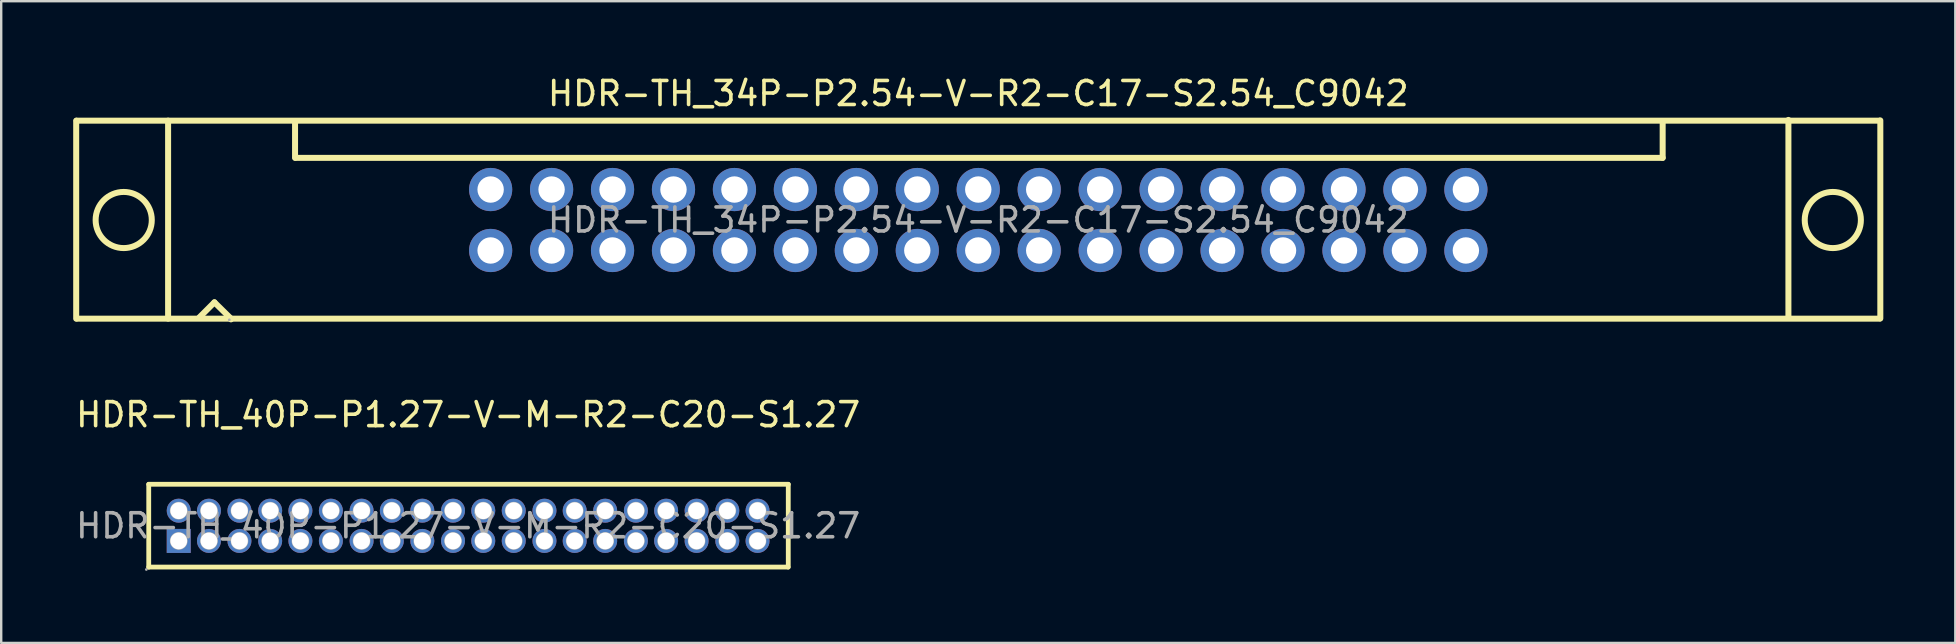
<source format=kicad_pcb>
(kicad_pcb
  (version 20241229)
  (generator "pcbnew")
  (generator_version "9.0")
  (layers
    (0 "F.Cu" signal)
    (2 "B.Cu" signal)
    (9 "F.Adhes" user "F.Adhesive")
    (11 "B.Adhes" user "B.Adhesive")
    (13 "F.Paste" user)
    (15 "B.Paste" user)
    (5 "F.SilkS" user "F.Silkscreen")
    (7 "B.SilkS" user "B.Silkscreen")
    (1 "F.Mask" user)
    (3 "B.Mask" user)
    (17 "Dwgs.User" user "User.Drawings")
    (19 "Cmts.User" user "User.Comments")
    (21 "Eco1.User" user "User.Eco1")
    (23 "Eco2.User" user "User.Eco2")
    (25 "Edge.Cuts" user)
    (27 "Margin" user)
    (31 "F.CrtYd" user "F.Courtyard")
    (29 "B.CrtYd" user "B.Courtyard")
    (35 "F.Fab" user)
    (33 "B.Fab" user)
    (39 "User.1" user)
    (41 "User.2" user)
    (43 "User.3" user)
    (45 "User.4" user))
  (footprint "HDR-TH_34P-P2.54-V-R2-C17-S2.54_C9042"
    (layer "F.Cu")
    (at 37.715 6.118)
    (property "Reference" "HDR-TH_34P-P2.54-V-R2-C17-S2.54_C9042" (at 0 -5.27 0) (layer "F.SilkS") (effects (font (size 1 1) (thickness 0.15))))
    (attr through_hole)
    (fp_line (start -37.59 -4.14) (end -37.59 4.11) (stroke (width 0.25) (type solid)) (layer "F.SilkS"))
    (fp_line (start -37.57 -4.14) (end 37.56 -4.14) (stroke (width 0.25) (type solid)) (layer "F.SilkS"))
    (fp_line (start -37.56 4.11) (end 37.57 4.11) (stroke (width 0.25) (type solid)) (layer "F.SilkS"))
    (fp_line (start -33.76 -4.14) (end -33.76 4.11) (stroke (width 0.25) (type solid)) (layer "F.SilkS"))
    (fp_line (start -32.46 4.06) (end -31.83 3.43) (stroke (width 0.25) (type solid)) (layer "F.SilkS"))
    (fp_line (start -31.83 3.43) (end -31.14 4.11) (stroke (width 0.25) (type solid)) (layer "F.SilkS"))
    (fp_line (start -31.14 4.11) (end -31.14 4.14) (stroke (width 0.25) (type solid)) (layer "F.SilkS"))
    (fp_line (start -28.47 -2.59) (end -28.47 -4.09) (stroke (width 0.25) (type solid)) (layer "F.SilkS"))
    (fp_line (start -28.45 -2.59) (end 28.52 -2.59) (stroke (width 0.25) (type solid)) (layer "F.SilkS"))
    (fp_line (start 28.52 -2.59) (end 28.52 -4.09) (stroke (width 0.25) (type solid)) (layer "F.SilkS"))
    (fp_line (start 33.76 -4.17) (end 33.76 4.08) (stroke (width 0.25) (type solid)) (layer "F.SilkS"))
    (fp_line (start 37.59 -4.15) (end 37.59 4.1) (stroke (width 0.25) (type solid)) (layer "F.SilkS"))
    (fp_circle (center -35.61 0) (end -34.44 0) (stroke (width 0.25) (type solid)) (fill no) (layer "F.SilkS"))
    (fp_circle (center 35.61 0) (end 36.78 0) (stroke (width 0.25) (type solid)) (fill no) (layer "F.SilkS"))
    (fp_circle (center -31.21 4.16) (end -31.18 4.16) (stroke (width 0.06) (type solid)) (fill no) (layer "F.Fab"))
    (fp_text user "${REFERENCE}" (at 0 0 0) (layer "F.Fab") (effects (font (size 1 1) (thickness 0.15))))
    (pad "1" thru_hole circle (at -20.32 1.27) (size 1.8 1.8) (drill 1.1) (layers "*.Cu" "*.Paste" "*.Mask"))
    (pad "2" thru_hole circle (at -20.32 -1.27) (size 1.8 1.8) (drill 1.1) (layers "*.Cu" "*.Paste" "*.Mask"))
    (pad "3" thru_hole circle (at -17.78 1.27) (size 1.8 1.8) (drill 1.1) (layers "*.Cu" "*.Paste" "*.Mask"))
    (pad "4" thru_hole circle (at -17.78 -1.27) (size 1.8 1.8) (drill 1.1) (layers "*.Cu" "*.Paste" "*.Mask"))
    (pad "5" thru_hole circle (at -15.24 1.27) (size 1.8 1.8) (drill 1.1) (layers "*.Cu" "*.Paste" "*.Mask"))
    (pad "6" thru_hole circle (at -15.24 -1.27) (size 1.8 1.8) (drill 1.1) (layers "*.Cu" "*.Paste" "*.Mask"))
    (pad "7" thru_hole circle (at -12.7 1.27) (size 1.8 1.8) (drill 1.1) (layers "*.Cu" "*.Paste" "*.Mask"))
    (pad "8" thru_hole circle (at -12.7 -1.27) (size 1.8 1.8) (drill 1.1) (layers "*.Cu" "*.Paste" "*.Mask"))
    (pad "9" thru_hole circle (at -10.16 1.27) (size 1.8 1.8) (drill 1.1) (layers "*.Cu" "*.Paste" "*.Mask"))
    (pad "10" thru_hole circle (at -10.16 -1.27) (size 1.8 1.8) (drill 1.1) (layers "*.Cu" "*.Paste" "*.Mask"))
    (pad "11" thru_hole circle (at -7.62 1.27) (size 1.8 1.8) (drill 1.1) (layers "*.Cu" "*.Paste" "*.Mask"))
    (pad "12" thru_hole circle (at -7.62 -1.27) (size 1.8 1.8) (drill 1.1) (layers "*.Cu" "*.Paste" "*.Mask"))
    (pad "13" thru_hole circle (at -5.08 1.27) (size 1.8 1.8) (drill 1.1) (layers "*.Cu" "*.Paste" "*.Mask"))
    (pad "14" thru_hole circle (at -5.08 -1.27) (size 1.8 1.8) (drill 1.1) (layers "*.Cu" "*.Paste" "*.Mask"))
    (pad "15" thru_hole circle (at -2.54 1.27) (size 1.8 1.8) (drill 1.1) (layers "*.Cu" "*.Paste" "*.Mask"))
    (pad "16" thru_hole circle (at -2.54 -1.27) (size 1.8 1.8) (drill 1.1) (layers "*.Cu" "*.Paste" "*.Mask"))
    (pad "17" thru_hole circle (at 0 1.27) (size 1.8 1.8) (drill 1.1) (layers "*.Cu" "*.Paste" "*.Mask"))
    (pad "18" thru_hole circle (at 0 -1.27) (size 1.8 1.8) (drill 1.1) (layers "*.Cu" "*.Paste" "*.Mask"))
    (pad "19" thru_hole circle (at 2.54 1.27) (size 1.8 1.8) (drill 1.1) (layers "*.Cu" "*.Paste" "*.Mask"))
    (pad "20" thru_hole circle (at 2.54 -1.27) (size 1.8 1.8) (drill 1.1) (layers "*.Cu" "*.Paste" "*.Mask"))
    (pad "21" thru_hole circle (at 5.08 1.27) (size 1.8 1.8) (drill 1.1) (layers "*.Cu" "*.Paste" "*.Mask"))
    (pad "22" thru_hole circle (at 5.08 -1.27) (size 1.8 1.8) (drill 1.1) (layers "*.Cu" "*.Paste" "*.Mask"))
    (pad "23" thru_hole circle (at 7.62 1.27) (size 1.8 1.8) (drill 1.1) (layers "*.Cu" "*.Paste" "*.Mask"))
    (pad "24" thru_hole circle (at 7.62 -1.27) (size 1.8 1.8) (drill 1.1) (layers "*.Cu" "*.Paste" "*.Mask"))
    (pad "25" thru_hole circle (at 10.16 1.27) (size 1.8 1.8) (drill 1.1) (layers "*.Cu" "*.Paste" "*.Mask"))
    (pad "26" thru_hole circle (at 10.16 -1.27) (size 1.8 1.8) (drill 1.1) (layers "*.Cu" "*.Paste" "*.Mask"))
    (pad "27" thru_hole circle (at 12.7 1.27) (size 1.8 1.8) (drill 1.1) (layers "*.Cu" "*.Paste" "*.Mask"))
    (pad "28" thru_hole circle (at 12.7 -1.27) (size 1.8 1.8) (drill 1.1) (layers "*.Cu" "*.Paste" "*.Mask"))
    (pad "29" thru_hole circle (at 15.24 1.27) (size 1.8 1.8) (drill 1.1) (layers "*.Cu" "*.Paste" "*.Mask"))
    (pad "30" thru_hole circle (at 15.24 -1.27) (size 1.8 1.8) (drill 1.1) (layers "*.Cu" "*.Paste" "*.Mask"))
    (pad "31" thru_hole circle (at 17.78 1.27) (size 1.8 1.8) (drill 1.1) (layers "*.Cu" "*.Paste" "*.Mask"))
    (pad "32" thru_hole circle (at 17.78 -1.27) (size 1.8 1.8) (drill 1.1) (layers "*.Cu" "*.Paste" "*.Mask"))
    (pad "33" thru_hole circle (at 20.32 1.27) (size 1.8 1.8) (drill 1.1) (layers "*.Cu" "*.Paste" "*.Mask"))
    (pad "34" thru_hole circle (at 20.32 -1.27) (size 1.8 1.8) (drill 1.1) (layers "*.Cu" "*.Paste" "*.Mask")))
  (footprint "HDR-TH_40P-P1.27-V-M-R2-C20-S1.27"
    (layer "F.Cu")
    (at 16.458 18.861)
    (property "Reference" "HDR-TH_40P-P1.27-V-M-R2-C20-S1.27" (at 0 -4.63 0) (layer "F.SilkS") (effects (font (size 1 1) (thickness 0.15))))
    (attr through_hole)
    (fp_line (start -13.31 -1.73) (end -13.31 1.72) (stroke (width 0.2) (type solid)) (layer "F.SilkS"))
    (fp_line (start -13.31 1.72) (end 13.33 1.72) (stroke (width 0.2) (type solid)) (layer "F.SilkS"))
    (fp_line (start 13.34 -1.73) (end -13.31 -1.73) (stroke (width 0.2) (type solid)) (layer "F.SilkS"))
    (fp_line (start 13.34 1.72) (end 13.34 -1.73) (stroke (width 0.2) (type solid)) (layer "F.SilkS"))
    (fp_circle (center -13.41 1.82) (end -13.38 1.82) (stroke (width 0.06) (type solid)) (fill no) (layer "F.Fab"))
    (fp_circle (center -12.06 -0.63) (end -11.94 -0.63) (stroke (width 0.25) (type solid)) (fill no) (layer "F.Fab"))
    (fp_circle (center -12.06 0.63) (end -11.94 0.63) (stroke (width 0.25) (type solid)) (fill no) (layer "F.Fab"))
    (fp_circle (center -10.8 -0.63) (end -10.68 -0.63) (stroke (width 0.25) (type solid)) (fill no) (layer "F.Fab"))
    (fp_circle (center -10.8 0.63) (end -10.68 0.63) (stroke (width 0.25) (type solid)) (fill no) (layer "F.Fab"))
    (fp_circle (center -9.53 -0.63) (end -9.41 -0.63) (stroke (width 0.25) (type solid)) (fill no) (layer "F.Fab"))
    (fp_circle (center -9.53 0.63) (end -9.41 0.63) (stroke (width 0.25) (type solid)) (fill no) (layer "F.Fab"))
    (fp_circle (center -8.25 -0.63) (end -8.13 -0.63) (stroke (width 0.25) (type solid)) (fill no) (layer "F.Fab"))
    (fp_circle (center -8.25 0.63) (end -8.13 0.63) (stroke (width 0.25) (type solid)) (fill no) (layer "F.Fab"))
    (fp_circle (center -6.99 -0.63) (end -6.87 -0.63) (stroke (width 0.25) (type solid)) (fill no) (layer "F.Fab"))
    (fp_circle (center -6.99 0.63) (end -6.87 0.63) (stroke (width 0.25) (type solid)) (fill no) (layer "F.Fab"))
    (fp_circle (center -5.72 -0.63) (end -5.6 -0.63) (stroke (width 0.25) (type solid)) (fill no) (layer "F.Fab"))
    (fp_circle (center -5.72 0.63) (end -5.6 0.63) (stroke (width 0.25) (type solid)) (fill no) (layer "F.Fab"))
    (fp_circle (center -4.44 -0.63) (end -4.32 -0.63) (stroke (width 0.25) (type solid)) (fill no) (layer "F.Fab"))
    (fp_circle (center -4.44 0.63) (end -4.32 0.63) (stroke (width 0.25) (type solid)) (fill no) (layer "F.Fab"))
    (fp_circle (center -3.18 -0.63) (end -3.06 -0.63) (stroke (width 0.25) (type solid)) (fill no) (layer "F.Fab"))
    (fp_circle (center -3.18 0.63) (end -3.06 0.63) (stroke (width 0.25) (type solid)) (fill no) (layer "F.Fab"))
    (fp_circle (center -1.91 -0.63) (end -1.79 -0.63) (stroke (width 0.25) (type solid)) (fill no) (layer "F.Fab"))
    (fp_circle (center -1.91 0.63) (end -1.79 0.63) (stroke (width 0.25) (type solid)) (fill no) (layer "F.Fab"))
    (fp_circle (center -0.63 -0.63) (end -0.51 -0.63) (stroke (width 0.25) (type solid)) (fill no) (layer "F.Fab"))
    (fp_circle (center -0.63 0.63) (end -0.51 0.63) (stroke (width 0.25) (type solid)) (fill no) (layer "F.Fab"))
    (fp_circle (center 0.63 -0.63) (end 0.75 -0.63) (stroke (width 0.25) (type solid)) (fill no) (layer "F.Fab"))
    (fp_circle (center 0.63 0.63) (end 0.75 0.63) (stroke (width 0.25) (type solid)) (fill no) (layer "F.Fab"))
    (fp_circle (center 1.9 -0.63) (end 2.02 -0.63) (stroke (width 0.25) (type solid)) (fill no) (layer "F.Fab"))
    (fp_circle (center 1.9 0.63) (end 2.02 0.63) (stroke (width 0.25) (type solid)) (fill no) (layer "F.Fab"))
    (fp_circle (center 3.18 -0.63) (end 3.3 -0.63) (stroke (width 0.25) (type solid)) (fill no) (layer "F.Fab"))
    (fp_circle (center 3.18 0.63) (end 3.3 0.63) (stroke (width 0.25) (type solid)) (fill no) (layer "F.Fab"))
    (fp_circle (center 4.44 -0.63) (end 4.56 -0.63) (stroke (width 0.25) (type solid)) (fill no) (layer "F.Fab"))
    (fp_circle (center 4.44 0.63) (end 4.56 0.63) (stroke (width 0.25) (type solid)) (fill no) (layer "F.Fab"))
    (fp_circle (center 5.71 -0.63) (end 5.83 -0.63) (stroke (width 0.25) (type solid)) (fill no) (layer "F.Fab"))
    (fp_circle (center 5.71 0.63) (end 5.83 0.63) (stroke (width 0.25) (type solid)) (fill no) (layer "F.Fab"))
    (fp_circle (center 6.99 -0.63) (end 7.11 -0.63) (stroke (width 0.25) (type solid)) (fill no) (layer "F.Fab"))
    (fp_circle (center 6.99 0.63) (end 7.11 0.63) (stroke (width 0.25) (type solid)) (fill no) (layer "F.Fab"))
    (fp_circle (center 8.25 -0.63) (end 8.37 -0.63) (stroke (width 0.25) (type solid)) (fill no) (layer "F.Fab"))
    (fp_circle (center 8.25 0.63) (end 8.37 0.63) (stroke (width 0.25) (type solid)) (fill no) (layer "F.Fab"))
    (fp_circle (center 9.52 -0.63) (end 9.64 -0.63) (stroke (width 0.25) (type solid)) (fill no) (layer "F.Fab"))
    (fp_circle (center 9.52 0.63) (end 9.64 0.63) (stroke (width 0.25) (type solid)) (fill no) (layer "F.Fab"))
    (fp_circle (center 10.8 -0.63) (end 10.92 -0.63) (stroke (width 0.25) (type solid)) (fill no) (layer "F.Fab"))
    (fp_circle (center 10.8 0.63) (end 10.92 0.63) (stroke (width 0.25) (type solid)) (fill no) (layer "F.Fab"))
    (fp_circle (center 12.06 -0.63) (end 12.18 -0.63) (stroke (width 0.25) (type solid)) (fill no) (layer "F.Fab"))
    (fp_circle (center 12.06 0.63) (end 12.18 0.63) (stroke (width 0.25) (type solid)) (fill no) (layer "F.Fab"))
    (fp_text user "${REFERENCE}" (at 0 0 0) (layer "F.Fab") (effects (font (size 1 1) (thickness 0.15))))
    (pad "1" thru_hole rect (at -12.06 0.63) (size 1 1) (drill 0.7) (layers "*.Cu" "*.Paste" "*.Mask"))
    (pad "2" thru_hole circle (at -12.06 -0.63) (size 1 1) (drill 0.7) (layers "*.Cu" "*.Paste" "*.Mask"))
    (pad "3" thru_hole circle (at -10.8 0.63) (size 1 1) (drill 0.7) (layers "*.Cu" "*.Paste" "*.Mask"))
    (pad "4" thru_hole circle (at -10.8 -0.63) (size 1 1) (drill 0.7) (layers "*.Cu" "*.Paste" "*.Mask"))
    (pad "5" thru_hole circle (at -9.53 0.63) (size 1 1) (drill 0.7) (layers "*.Cu" "*.Paste" "*.Mask"))
    (pad "6" thru_hole circle (at -9.53 -0.63) (size 1 1) (drill 0.7) (layers "*.Cu" "*.Paste" "*.Mask"))
    (pad "7" thru_hole circle (at -8.25 0.63) (size 1 1) (drill 0.7) (layers "*.Cu" "*.Paste" "*.Mask"))
    (pad "8" thru_hole circle (at -8.25 -0.63) (size 1 1) (drill 0.7) (layers "*.Cu" "*.Paste" "*.Mask"))
    (pad "9" thru_hole circle (at -6.99 0.63) (size 1 1) (drill 0.7) (layers "*.Cu" "*.Paste" "*.Mask"))
    (pad "10" thru_hole circle (at -6.99 -0.63) (size 1 1) (drill 0.7) (layers "*.Cu" "*.Paste" "*.Mask"))
    (pad "11" thru_hole circle (at -5.72 0.63) (size 1 1) (drill 0.7) (layers "*.Cu" "*.Paste" "*.Mask"))
    (pad "12" thru_hole circle (at -5.72 -0.63) (size 1 1) (drill 0.7) (layers "*.Cu" "*.Paste" "*.Mask"))
    (pad "13" thru_hole circle (at -4.44 0.63) (size 1 1) (drill 0.7) (layers "*.Cu" "*.Paste" "*.Mask"))
    (pad "14" thru_hole circle (at -4.44 -0.63) (size 1 1) (drill 0.7) (layers "*.Cu" "*.Paste" "*.Mask"))
    (pad "15" thru_hole circle (at -3.18 0.63) (size 1 1) (drill 0.7) (layers "*.Cu" "*.Paste" "*.Mask"))
    (pad "16" thru_hole circle (at -3.18 -0.63) (size 1 1) (drill 0.7) (layers "*.Cu" "*.Paste" "*.Mask"))
    (pad "17" thru_hole circle (at -1.91 0.63) (size 1 1) (drill 0.7) (layers "*.Cu" "*.Paste" "*.Mask"))
    (pad "18" thru_hole circle (at -1.91 -0.63) (size 1 1) (drill 0.7) (layers "*.Cu" "*.Paste" "*.Mask"))
    (pad "19" thru_hole circle (at -0.63 0.63) (size 1 1) (drill 0.7) (layers "*.Cu" "*.Paste" "*.Mask"))
    (pad "20" thru_hole circle (at -0.63 -0.63) (size 1 1) (drill 0.7) (layers "*.Cu" "*.Paste" "*.Mask"))
    (pad "21" thru_hole circle (at 0.63 0.63) (size 1 1) (drill 0.7) (layers "*.Cu" "*.Paste" "*.Mask"))
    (pad "22" thru_hole circle (at 0.63 -0.63) (size 1 1) (drill 0.7) (layers "*.Cu" "*.Paste" "*.Mask"))
    (pad "23" thru_hole circle (at 1.9 0.63) (size 1 1) (drill 0.7) (layers "*.Cu" "*.Paste" "*.Mask"))
    (pad "24" thru_hole circle (at 1.9 -0.63) (size 1 1) (drill 0.7) (layers "*.Cu" "*.Paste" "*.Mask"))
    (pad "25" thru_hole circle (at 3.18 0.63) (size 1 1) (drill 0.7) (layers "*.Cu" "*.Paste" "*.Mask"))
    (pad "26" thru_hole circle (at 3.18 -0.63) (size 1 1) (drill 0.7) (layers "*.Cu" "*.Paste" "*.Mask"))
    (pad "27" thru_hole circle (at 4.44 0.63) (size 1 1) (drill 0.7) (layers "*.Cu" "*.Paste" "*.Mask"))
    (pad "28" thru_hole circle (at 4.44 -0.63) (size 1 1) (drill 0.7) (layers "*.Cu" "*.Paste" "*.Mask"))
    (pad "29" thru_hole circle (at 5.71 0.63) (size 1 1) (drill 0.7) (layers "*.Cu" "*.Paste" "*.Mask"))
    (pad "30" thru_hole circle (at 5.71 -0.63) (size 1 1) (drill 0.7) (layers "*.Cu" "*.Paste" "*.Mask"))
    (pad "31" thru_hole circle (at 6.99 0.63) (size 1 1) (drill 0.7) (layers "*.Cu" "*.Paste" "*.Mask"))
    (pad "32" thru_hole circle (at 6.99 -0.63) (size 1 1) (drill 0.7) (layers "*.Cu" "*.Paste" "*.Mask"))
    (pad "33" thru_hole circle (at 8.25 0.63) (size 1 1) (drill 0.7) (layers "*.Cu" "*.Paste" "*.Mask"))
    (pad "34" thru_hole circle (at 8.25 -0.63) (size 1 1) (drill 0.7) (layers "*.Cu" "*.Paste" "*.Mask"))
    (pad "35" thru_hole circle (at 9.52 0.63) (size 1 1) (drill 0.7) (layers "*.Cu" "*.Paste" "*.Mask"))
    (pad "36" thru_hole circle (at 9.52 -0.63) (size 1 1) (drill 0.7) (layers "*.Cu" "*.Paste" "*.Mask"))
    (pad "37" thru_hole circle (at 10.8 0.63) (size 1 1) (drill 0.7) (layers "*.Cu" "*.Paste" "*.Mask"))
    (pad "38" thru_hole circle (at 10.8 -0.63) (size 1 1) (drill 0.7) (layers "*.Cu" "*.Paste" "*.Mask"))
    (pad "39" thru_hole circle (at 12.06 0.63) (size 1 1) (drill 0.7) (layers "*.Cu" "*.Paste" "*.Mask"))
    (pad "40" thru_hole circle (at 12.06 -0.63) (size 1 1) (drill 0.7) (layers "*.Cu" "*.Paste" "*.Mask")))
  (gr_rect
    (start -3 -3)
    (end 78.43 23.741)
    (stroke (width 0.1) (type default))
    (fill no)
    (layer "Edge.Cuts")))
</source>
